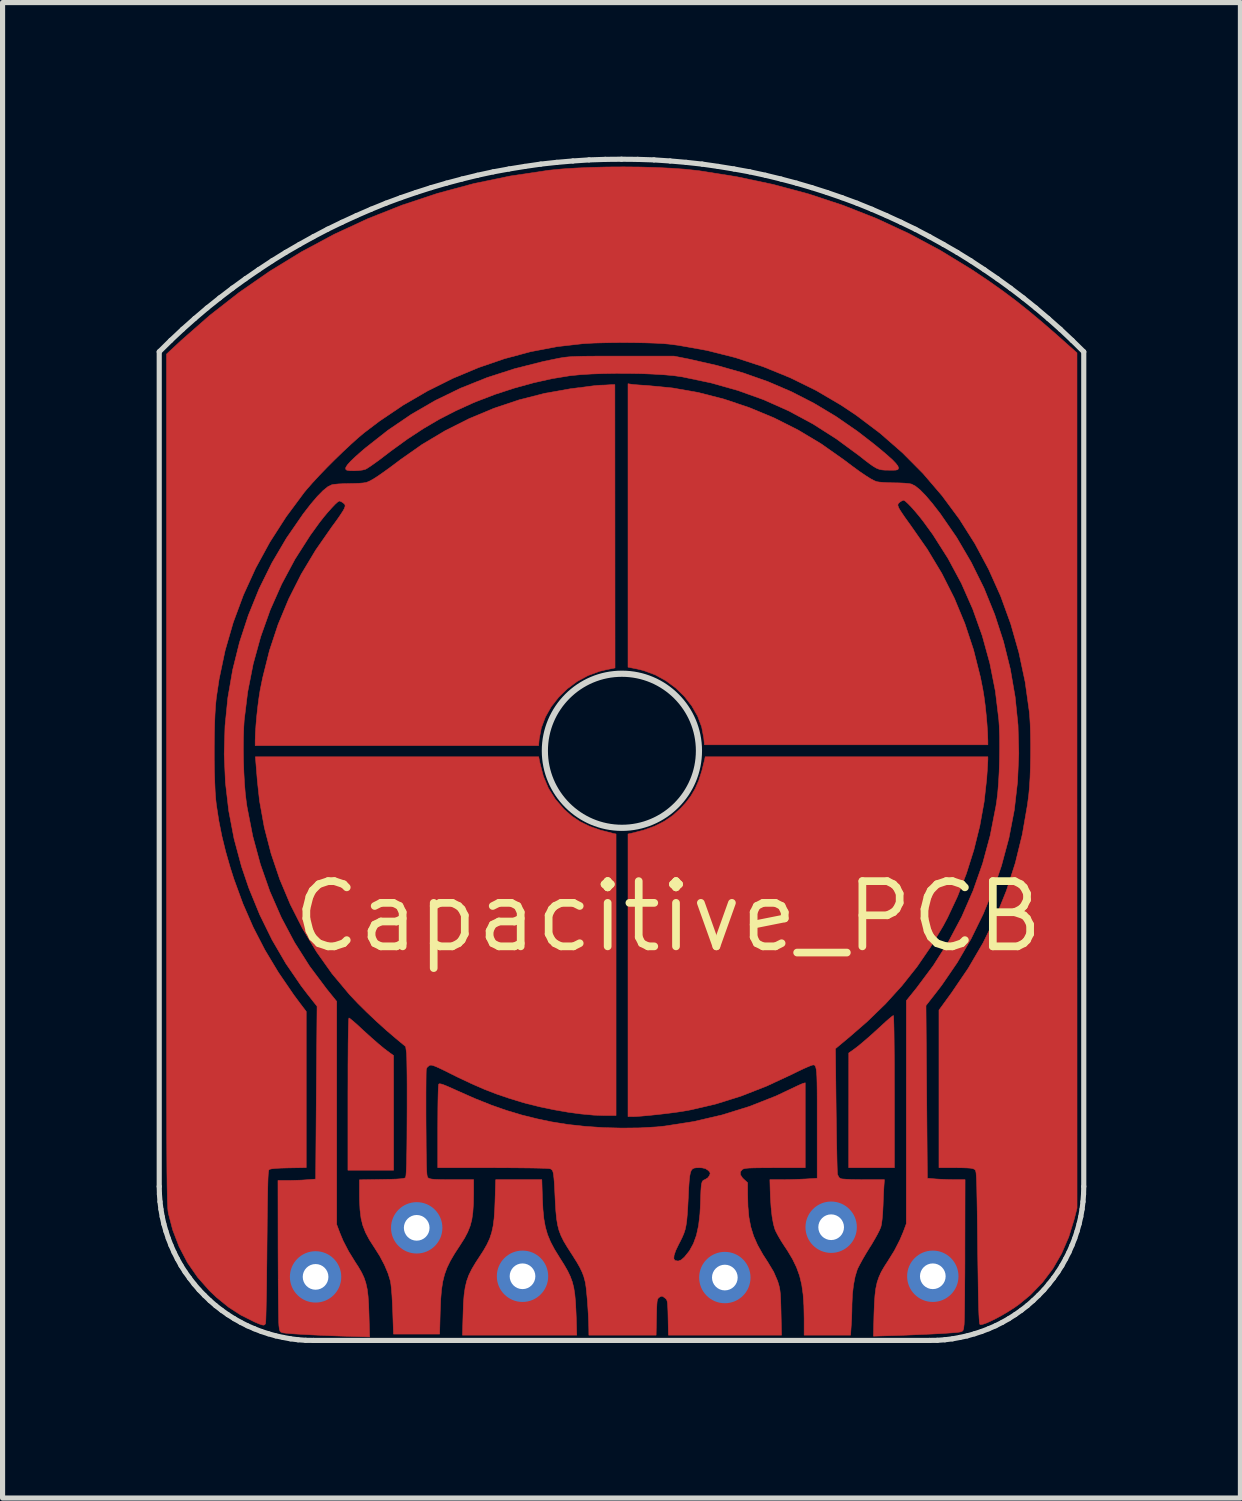
<source format=kicad_pcb>
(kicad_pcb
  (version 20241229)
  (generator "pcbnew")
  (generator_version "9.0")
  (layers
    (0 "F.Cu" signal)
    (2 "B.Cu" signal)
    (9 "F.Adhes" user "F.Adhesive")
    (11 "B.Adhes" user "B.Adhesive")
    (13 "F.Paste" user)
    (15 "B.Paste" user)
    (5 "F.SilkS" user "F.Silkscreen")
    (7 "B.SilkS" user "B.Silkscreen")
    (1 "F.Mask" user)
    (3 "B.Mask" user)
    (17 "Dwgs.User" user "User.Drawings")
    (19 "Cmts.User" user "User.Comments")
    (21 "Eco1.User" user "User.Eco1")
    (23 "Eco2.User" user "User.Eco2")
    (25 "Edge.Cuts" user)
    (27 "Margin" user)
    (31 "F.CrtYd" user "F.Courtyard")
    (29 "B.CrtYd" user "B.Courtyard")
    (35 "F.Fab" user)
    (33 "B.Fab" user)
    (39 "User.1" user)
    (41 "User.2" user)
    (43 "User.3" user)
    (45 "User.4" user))
  (footprint "Capacitive_PCB"
    (layer "F.Cu")
    (at 9.96 14.795)
    (property "Reference" "Capacitive_PCB" (at 0 0 0) (layer "F.SilkS") (effects (font (size 1.27 1.27) (thickness 0.15))))
    (attr through_hole)
    (fp_poly (pts (xy -6.22 1.995) (xy -6.223 2.057) (xy -6.226 2.157) (xy -6.229 2.295) (xy -6.232 2.467) (xy -6.233 2.674) (xy -6.235 2.912) (xy -6.235 3.181) (xy -6.236 3.456) (xy -6.236 4.938) (xy -5.347 4.938) (xy -5.348 2.705) (xy -5.437 2.641) (xy -5.53 2.571) (xy -5.647 2.474) (xy -5.785 2.353) (xy -5.94 2.213) (xy -6.003 2.154) (xy -6.078 2.085) (xy -6.143 2.029) (xy -6.191 1.99) (xy -6.215 1.974) (xy -6.216 1.974) (xy -6.22 1.995)) (stroke (width 0.01) (type solid)) (fill yes) (layer "F.Cu"))
    (fp_poly (pts (xy 4.387 1.947) (xy 4.39 2.009) (xy 4.393 2.109) (xy 4.396 2.246) (xy 4.398 2.419) (xy 4.4 2.626) (xy 4.402 2.864) (xy 4.402 3.133) (xy 4.403 3.408) (xy 4.403 4.889) (xy 3.514 4.889) (xy 3.515 2.656) (xy 3.604 2.593) (xy 3.697 2.523) (xy 3.814 2.425) (xy 3.952 2.305) (xy 4.107 2.164) (xy 4.17 2.106) (xy 4.245 2.037) (xy 4.31 1.981) (xy 4.358 1.942) (xy 4.382 1.926) (xy 4.383 1.926) (xy 4.387 1.947)) (stroke (width 0.01) (type solid)) (fill yes) (layer "F.Cu"))
    (fp_poly (pts (xy -2.45 5.487) (xy -2.439 5.703) (xy -2.421 5.886) (xy -2.392 6.045) (xy -2.35 6.191) (xy -2.292 6.331) (xy -2.215 6.477) (xy -2.117 6.636) (xy -2.115 6.64) (xy -2.029 6.776) (xy -1.961 6.894) (xy -1.908 7.004) (xy -1.868 7.112) (xy -1.839 7.226) (xy -1.819 7.355) (xy -1.805 7.506) (xy -1.796 7.686) (xy -1.791 7.805) (xy -1.781 8.149) (xy -4.006 8.149) (xy -3.994 7.731) (xy -3.987 7.53) (xy -3.974 7.362) (xy -3.953 7.219) (xy -3.923 7.094) (xy -3.89 7.004) (xy -3.26 7.004) (xy -3.242 7.13) (xy -3.191 7.232) (xy -3.109 7.307) (xy -2.999 7.352) (xy -2.882 7.365) (xy -2.821 7.364) (xy -2.776 7.353) (xy -2.734 7.328) (xy -2.681 7.281) (xy -2.66 7.261) (xy -2.603 7.206) (xy -2.571 7.165) (xy -2.555 7.125) (xy -2.551 7.071) (xy -2.551 7.023) (xy -2.567 6.892) (xy -2.613 6.789) (xy -2.691 6.713) (xy -2.739 6.687) (xy -2.861 6.651) (xy -2.976 6.656) (xy -3.083 6.703) (xy -3.14 6.748) (xy -3.216 6.841) (xy -3.254 6.94) (xy -3.26 7.004) (xy -3.89 7.004) (xy -3.881 6.978) (xy -3.823 6.861) (xy -3.749 6.737) (xy -3.683 6.636) (xy -3.596 6.502) (xy -3.528 6.382) (xy -3.475 6.268) (xy -3.437 6.151) (xy -3.409 6.023) (xy -3.39 5.876) (xy -3.378 5.702) (xy -3.372 5.54) (xy -3.359 5.122) (xy -2.461 5.122) (xy -2.45 5.487)) (stroke (width 0.01) (type solid)) (fill yes) (layer "F.Cu"))
    (fp_poly (pts (xy 0.413 -10.852) (xy 0.952 -10.729) (xy 1.459 -10.585) (xy 1.939 -10.416) (xy 2.396 -10.22) (xy 2.835 -9.995) (xy 3.262 -9.739) (xy 3.681 -9.45) (xy 3.98 -9.219) (xy 4.141 -9.088) (xy 4.268 -8.98) (xy 4.365 -8.893) (xy 4.431 -8.824) (xy 4.47 -8.773) (xy 4.483 -8.738) (xy 4.483 -8.733) (xy 4.477 -8.712) (xy 4.46 -8.699) (xy 4.425 -8.692) (xy 4.361 -8.69) (xy 4.294 -8.691) (xy 4.22 -8.692) (xy 4.159 -8.697) (xy 4.106 -8.709) (xy 4.052 -8.731) (xy 3.991 -8.767) (xy 3.917 -8.819) (xy 3.821 -8.892) (xy 3.724 -8.969) (xy 3.274 -9.3) (xy 2.816 -9.592) (xy 2.346 -9.845) (xy 1.86 -10.062) (xy 1.356 -10.243) (xy 0.83 -10.391) (xy 0.277 -10.507) (xy 0.265 -10.509) (xy 0.112 -10.531) (xy -0.075 -10.548) (xy -0.289 -10.561) (xy -0.522 -10.571) (xy -0.766 -10.575) (xy -1.014 -10.576) (xy -1.257 -10.572) (xy -1.489 -10.564) (xy -1.701 -10.551) (xy -1.886 -10.533) (xy -1.92 -10.529) (xy -2.262 -10.473) (xy -2.624 -10.392) (xy -2.997 -10.289) (xy -3.369 -10.168) (xy -3.729 -10.03) (xy -3.809 -9.997) (xy -4.142 -9.845) (xy -4.459 -9.682) (xy -4.767 -9.501) (xy -5.078 -9.297) (xy -5.398 -9.065) (xy -5.508 -8.981) (xy -5.611 -8.902) (xy -5.709 -8.831) (xy -5.794 -8.771) (xy -5.858 -8.729) (xy -5.893 -8.709) (xy -5.951 -8.694) (xy -6.032 -8.684) (xy -6.12 -8.68) (xy -6.2 -8.682) (xy -6.256 -8.691) (xy -6.26 -8.692) (xy -6.281 -8.712) (xy -6.277 -8.746) (xy -6.245 -8.796) (xy -6.185 -8.863) (xy -6.094 -8.95) (xy -5.971 -9.059) (xy -5.892 -9.126) (xy -5.456 -9.469) (xy -5.003 -9.777) (xy -4.533 -10.049) (xy -4.041 -10.288) (xy -3.528 -10.493) (xy -2.989 -10.667) (xy -2.423 -10.81) (xy -2.17 -10.862) (xy -2.109 -10.874) (xy -2.054 -10.883) (xy -1.998 -10.891) (xy -1.938 -10.897) (xy -1.868 -10.902) (xy -1.786 -10.905) (xy -1.685 -10.908) (xy -1.562 -10.91) (xy -1.412 -10.911) (xy -1.231 -10.911) (xy -1.014 -10.911) (xy -0.9 -10.911) (xy 0.116 -10.911) (xy 0.413 -10.852)) (stroke (width 0.01) (type solid)) (fill yes) (layer "F.Cu"))
    (fp_poly (pts (xy 6.223 -3.053) (xy 6.221 -3.012) (xy 6.217 -2.937) (xy 6.211 -2.839) (xy 6.203 -2.727) (xy 6.201 -2.69) (xy 6.15 -2.232) (xy 6.066 -1.765) (xy 5.95 -1.297) (xy 5.805 -0.837) (xy 5.633 -0.394) (xy 5.437 0.024) (xy 5.352 0.183) (xy 5.107 0.593) (xy 4.842 0.979) (xy 4.551 1.345) (xy 4.231 1.698) (xy 3.877 2.041) (xy 3.538 2.336) (xy 3.255 2.572) (xy 3.269 3.766) (xy 3.272 3.989) (xy 3.275 4.2) (xy 3.278 4.396) (xy 3.282 4.573) (xy 3.285 4.726) (xy 3.288 4.851) (xy 3.291 4.946) (xy 3.294 5.004) (xy 3.296 5.022) (xy 3.325 5.08) (xy 3.359 5.103) (xy 3.396 5.109) (xy 3.468 5.114) (xy 3.566 5.119) (xy 3.684 5.121) (xy 3.81 5.122) (xy 4.209 5.122) (xy 4.201 5.233) (xy 4.197 5.297) (xy 4.192 5.39) (xy 4.187 5.503) (xy 4.183 5.622) (xy 4.182 5.641) (xy 4.175 5.777) (xy 4.164 5.898) (xy 4.151 5.994) (xy 4.139 6.045) (xy 4.116 6.1) (xy 4.075 6.182) (xy 4.02 6.28) (xy 3.957 6.388) (xy 3.919 6.447) (xy 3.851 6.558) (xy 3.786 6.669) (xy 3.731 6.77) (xy 3.69 6.85) (xy 3.678 6.879) (xy 3.638 7.01) (xy 3.607 7.172) (xy 3.586 7.355) (xy 3.577 7.55) (xy 3.577 7.58) (xy 3.575 7.692) (xy 3.571 7.821) (xy 3.564 7.941) (xy 3.563 7.955) (xy 3.55 8.149) (xy 2.646 8.149) (xy 2.646 7.826) (xy 2.641 7.575) (xy 2.626 7.357) (xy 2.599 7.166) (xy 2.557 6.992) (xy 2.498 6.829) (xy 2.42 6.668) (xy 2.32 6.501) (xy 2.26 6.411) (xy 2.199 6.316) (xy 2.142 6.219) (xy 2.097 6.134) (xy 2.077 6.088) (xy 2.058 6.021) (xy 2.748 6.021) (xy 2.755 6.117) (xy 2.771 6.177) (xy 2.808 6.231) (xy 2.87 6.289) (xy 2.941 6.337) (xy 2.985 6.357) (xy 3.056 6.369) (xy 3.144 6.366) (xy 3.226 6.349) (xy 3.244 6.342) (xy 3.305 6.306) (xy 3.365 6.257) (xy 3.372 6.249) (xy 3.432 6.157) (xy 3.457 6.053) (xy 3.45 5.945) (xy 3.412 5.843) (xy 3.346 5.756) (xy 3.253 5.693) (xy 3.251 5.692) (xy 3.13 5.657) (xy 3.014 5.662) (xy 2.91 5.704) (xy 2.823 5.783) (xy 2.78 5.849) (xy 2.756 5.925) (xy 2.748 6.021) (xy 2.058 6.021) (xy 2.047 5.98) (xy 2.021 5.835) (xy 2.002 5.657) (xy 1.989 5.453) (xy 1.985 5.339) (xy 1.979 5.122) (xy 2.214 5.122) (xy 2.343 5.121) (xy 2.487 5.117) (xy 2.624 5.111) (xy 2.674 5.109) (xy 2.9 5.095) (xy 2.9 4.02) (xy 2.9 3.769) (xy 2.9 3.556) (xy 2.899 3.38) (xy 2.897 3.237) (xy 2.894 3.123) (xy 2.889 3.036) (xy 2.881 2.972) (xy 2.871 2.929) (xy 2.858 2.902) (xy 2.842 2.89) (xy 2.822 2.888) (xy 2.797 2.894) (xy 2.768 2.905) (xy 2.756 2.909) (xy 2.708 2.929) (xy 2.632 2.963) (xy 2.537 3.008) (xy 2.435 3.058) (xy 2.419 3.066) (xy 1.914 3.301) (xy 1.418 3.495) (xy 0.93 3.648) (xy 0.448 3.761) (xy 0.305 3.787) (xy 0.196 3.804) (xy 0.063 3.822) (xy -0.083 3.84) (xy -0.234 3.857) (xy -0.381 3.872) (xy -0.513 3.884) (xy -0.623 3.892) (xy -0.7 3.895) (xy -0.702 3.895) (xy -0.783 3.895) (xy -0.783 -1.608) (xy -0.725 -1.62) (xy -0.478 -1.683) (xy -0.266 -1.759) (xy -0.08 -1.853) (xy 0.088 -1.968) (xy 0.243 -2.109) (xy 0.344 -2.22) (xy 0.442 -2.349) (xy 0.525 -2.49) (xy 0.595 -2.651) (xy 0.655 -2.84) (xy 0.708 -3.053) (xy 0.72 -3.111) (xy 6.223 -3.111) (xy 6.223 -3.053)) (stroke (width 0.01) (type solid)) (fill yes) (layer "F.Cu"))
    (fp_poly (pts (xy -2.498 -2.99) (xy -2.431 -2.731) (xy -2.333 -2.499) (xy -2.201 -2.289) (xy -2.033 -2.094) (xy -2.023 -2.084) (xy -1.876 -1.955) (xy -1.715 -1.847) (xy -1.534 -1.758) (xy -1.325 -1.684) (xy -1.082 -1.622) (xy -1.074 -1.62) (xy -1.016 -1.608) (xy -1.016 3.873) (xy -1.237 3.873) (xy -1.449 3.866) (xy -1.69 3.844) (xy -1.95 3.809) (xy -2.22 3.762) (xy -2.49 3.706) (xy -2.75 3.642) (xy -2.836 3.618) (xy -3.095 3.539) (xy -3.339 3.456) (xy -3.58 3.363) (xy -3.827 3.255) (xy -4.092 3.13) (xy -4.221 3.066) (xy -4.353 3) (xy -4.453 2.952) (xy -4.526 2.919) (xy -4.578 2.9) (xy -4.614 2.892) (xy -4.639 2.894) (xy -4.649 2.897) (xy -4.692 2.933) (xy -4.71 2.968) (xy -4.712 2.998) (xy -4.714 3.067) (xy -4.715 3.169) (xy -4.716 3.3) (xy -4.717 3.456) (xy -4.717 3.633) (xy -4.717 3.827) (xy -4.716 4.032) (xy -4.716 4.039) (xy -4.714 4.274) (xy -4.713 4.47) (xy -4.711 4.631) (xy -4.709 4.76) (xy -4.707 4.862) (xy -4.704 4.939) (xy -4.7 4.995) (xy -4.696 5.035) (xy -4.69 5.061) (xy -4.683 5.078) (xy -4.674 5.088) (xy -4.668 5.092) (xy -4.644 5.103) (xy -4.603 5.111) (xy -4.538 5.117) (xy -4.445 5.12) (xy -4.319 5.122) (xy -4.208 5.122) (xy -3.789 5.122) (xy -3.789 5.392) (xy -3.793 5.592) (xy -3.804 5.758) (xy -3.824 5.9) (xy -3.857 6.025) (xy -3.904 6.143) (xy -3.967 6.263) (xy -4.049 6.392) (xy -4.052 6.397) (xy -4.158 6.559) (xy -4.242 6.702) (xy -4.307 6.836) (xy -4.355 6.968) (xy -4.39 7.108) (xy -4.414 7.263) (xy -4.429 7.443) (xy -4.438 7.655) (xy -4.439 7.678) (xy -4.451 8.128) (xy -5.349 8.128) (xy -5.364 7.678) (xy -5.371 7.521) (xy -5.379 7.376) (xy -5.389 7.25) (xy -5.4 7.151) (xy -5.41 7.093) (xy -5.455 6.946) (xy -5.525 6.781) (xy -5.616 6.609) (xy -5.722 6.441) (xy -5.725 6.437) (xy -5.82 6.289) (xy -5.893 6.152) (xy -5.945 6.016) (xy -5.954 5.981) (xy -5.26 5.981) (xy -5.255 6.087) (xy -5.219 6.184) (xy -5.154 6.267) (xy -5.065 6.328) (xy -4.954 6.362) (xy -4.863 6.365) (xy -4.784 6.356) (xy -4.729 6.337) (xy -4.68 6.3) (xy -4.676 6.296) (xy -4.603 6.211) (xy -4.563 6.122) (xy -4.551 6.012) (xy -4.551 6.005) (xy -4.569 5.885) (xy -4.622 5.784) (xy -4.704 5.709) (xy -4.81 5.665) (xy -4.853 5.657) (xy -4.978 5.661) (xy -5.086 5.704) (xy -5.163 5.769) (xy -5.23 5.873) (xy -5.26 5.981) (xy -5.954 5.981) (xy -5.981 5.872) (xy -6.001 5.709) (xy -6.01 5.519) (xy -6.011 5.418) (xy -6.011 5.125) (xy -5.578 5.118) (xy -5.418 5.115) (xy -5.297 5.111) (xy -5.21 5.105) (xy -5.153 5.097) (xy -5.123 5.088) (xy -5.118 5.084) (xy -5.112 5.07) (xy -5.106 5.038) (xy -5.102 4.986) (xy -5.098 4.91) (xy -5.094 4.809) (xy -5.092 4.678) (xy -5.089 4.516) (xy -5.087 4.319) (xy -5.086 4.085) (xy -5.085 3.92) (xy -5.084 3.7) (xy -5.084 3.49) (xy -5.084 3.293) (xy -5.085 3.114) (xy -5.087 2.958) (xy -5.089 2.829) (xy -5.091 2.732) (xy -5.094 2.671) (xy -5.095 2.657) (xy -5.112 2.531) (xy -5.313 2.364) (xy -5.491 2.212) (xy -5.678 2.043) (xy -5.864 1.867) (xy -6.038 1.695) (xy -6.189 1.536) (xy -6.214 1.508) (xy -6.546 1.111) (xy -6.848 0.685) (xy -7.119 0.234) (xy -7.358 -0.237) (xy -7.563 -0.725) (xy -7.732 -1.226) (xy -7.864 -1.736) (xy -7.957 -2.252) (xy -8 -2.646) (xy -8.009 -2.76) (xy -8.018 -2.868) (xy -8.025 -2.957) (xy -8.03 -3.017) (xy -8.03 -3.022) (xy -8.038 -3.111) (xy -2.522 -3.111) (xy -2.498 -2.99)) (stroke (width 0.01) (type solid)) (fill yes) (layer "F.Cu"))
    (fp_poly (pts (xy -1.11 -10.356) (xy -1.151 -10.353) (xy -1.234 -10.348) (xy -1.333 -10.345) (xy -1.445 -10.335) (xy -1.905 -10.276) (xy -2.406 -10.187) (xy -2.904 -10.06) (xy -3.396 -9.895) (xy -3.877 -9.694) (xy -4.344 -9.459) (xy -4.793 -9.191) (xy -5.219 -8.892) (xy -5.222 -8.889) (xy -5.397 -8.758) (xy -5.543 -8.652) (xy -5.661 -8.57) (xy -5.756 -8.51) (xy -5.83 -8.471) (xy -5.88 -8.452) (xy -5.932 -8.443) (xy -6.015 -8.436) (xy -6.116 -8.432) (xy -6.212 -8.43) (xy -6.32 -8.428) (xy -6.422 -8.423) (xy -6.504 -8.415) (xy -6.55 -8.407) (xy -6.626 -8.37) (xy -6.719 -8.295) (xy -6.83 -8.182) (xy -6.958 -8.032) (xy -7.104 -7.844) (xy -7.112 -7.833) (xy -7.434 -7.366) (xy -7.719 -6.881) (xy -7.966 -6.38) (xy -8.175 -5.865) (xy -8.347 -5.339) (xy -8.48 -4.804) (xy -8.574 -4.261) (xy -8.629 -3.713) (xy -8.645 -3.162) (xy -8.621 -2.611) (xy -8.557 -2.061) (xy -8.453 -1.515) (xy -8.308 -0.975) (xy -8.166 -0.556) (xy -7.953 -0.036) (xy -7.713 0.453) (xy -7.445 0.913) (xy -7.148 1.347) (xy -7.031 1.501) (xy -6.837 1.747) (xy -6.851 3.429) (xy -6.864 5.111) (xy -7.035 5.124) (xy -7.141 5.131) (xy -7.266 5.135) (xy -7.384 5.138) (xy -7.402 5.138) (xy -7.598 5.138) (xy -7.596 6.487) (xy -7.595 6.726) (xy -7.594 6.956) (xy -7.593 7.172) (xy -7.591 7.37) (xy -7.589 7.547) (xy -7.587 7.698) (xy -7.585 7.82) (xy -7.583 7.908) (xy -7.58 7.958) (xy -7.58 7.963) (xy -7.571 8.033) (xy -7.559 8.072) (xy -7.538 8.092) (xy -7.499 8.103) (xy -7.492 8.105) (xy -7.445 8.111) (xy -7.36 8.119) (xy -7.244 8.127) (xy -7.103 8.135) (xy -6.94 8.144) (xy -6.762 8.152) (xy -6.575 8.16) (xy -6.383 8.167) (xy -6.192 8.173) (xy -6.182 8.173) (xy -5.814 8.184) (xy -5.826 7.746) (xy -5.833 7.55) (xy -5.844 7.388) (xy -5.861 7.253) (xy -5.887 7.136) (xy -5.922 7.031) (xy -5.949 6.973) (xy -6.563 6.973) (xy -6.564 7.09) (xy -6.59 7.178) (xy -6.633 7.244) (xy -6.698 7.307) (xy -6.77 7.354) (xy -6.804 7.366) (xy -6.92 7.381) (xy -7.026 7.368) (xy -7.109 7.33) (xy -7.198 7.248) (xy -7.257 7.16) (xy -7.28 7.073) (xy -7.28 7.065) (xy -7.264 6.942) (xy -7.217 6.836) (xy -7.148 6.751) (xy -7.061 6.692) (xy -6.962 6.664) (xy -6.858 6.67) (xy -6.787 6.696) (xy -6.677 6.771) (xy -6.601 6.865) (xy -6.563 6.973) (xy -5.949 6.973) (xy -5.97 6.929) (xy -6.032 6.822) (xy -6.095 6.725) (xy -6.222 6.519) (xy -6.33 6.311) (xy -6.394 6.157) (xy -6.455 5.995) (xy -6.455 3.824) (xy -6.455 1.652) (xy -6.651 1.409) (xy -6.982 0.967) (xy -7.276 0.503) (xy -7.534 0.017) (xy -7.756 -0.49) (xy -7.941 -1.018) (xy -8.089 -1.565) (xy -8.2 -2.132) (xy -8.214 -2.228) (xy -8.234 -2.393) (xy -8.25 -2.589) (xy -8.262 -2.807) (xy -8.27 -3.036) (xy -8.273 -3.266) (xy -8.271 -3.486) (xy -8.264 -3.687) (xy -8.256 -3.819) (xy -8.188 -4.373) (xy -8.081 -4.918) (xy -7.934 -5.451) (xy -7.749 -5.971) (xy -7.526 -6.474) (xy -7.267 -6.958) (xy -6.972 -7.42) (xy -6.79 -7.672) (xy -6.71 -7.774) (xy -6.63 -7.87) (xy -6.554 -7.955) (xy -6.488 -8.025) (xy -6.436 -8.072) (xy -6.404 -8.091) (xy -6.402 -8.091) (xy -6.367 -8.079) (xy -6.326 -8.052) (xy -6.295 -8.022) (xy -6.29 -7.992) (xy -6.307 -7.943) (xy -6.329 -7.903) (xy -6.372 -7.836) (xy -6.43 -7.751) (xy -6.499 -7.655) (xy -6.541 -7.599) (xy -6.864 -7.135) (xy -7.146 -6.665) (xy -7.389 -6.184) (xy -7.595 -5.689) (xy -7.764 -5.178) (xy -7.897 -4.647) (xy -7.946 -4.404) (xy -7.968 -4.264) (xy -7.99 -4.097) (xy -8.01 -3.916) (xy -8.026 -3.736) (xy -8.037 -3.569) (xy -8.042 -3.428) (xy -8.042 -3.408) (xy -8.042 -3.329) (xy -2.524 -3.329) (xy -2.512 -3.461) (xy -2.47 -3.677) (xy -2.391 -3.887) (xy -2.278 -4.086) (xy -2.134 -4.271) (xy -1.964 -4.436) (xy -1.773 -4.578) (xy -1.563 -4.692) (xy -1.34 -4.775) (xy -1.227 -4.802) (xy -1.036 -4.841) (xy -1.039 -10.356) (xy -1.085 -10.356)) (stroke (width 0.01) (type solid)) (fill yes) (layer "F.Cu"))
    (fp_poly (pts (xy -0.714 -10.363) (xy -0.665 -10.357) (xy -0.585 -10.351) (xy -0.488 -10.344) (xy -0.413 -10.34) (xy 0.086 -10.291) (xy 0.586 -10.203) (xy 1.085 -10.075) (xy 1.576 -9.91) (xy 2.058 -9.71) (xy 2.525 -9.475) (xy 2.973 -9.207) (xy 3.399 -8.907) (xy 3.403 -8.905) (xy 3.578 -8.773) (xy 3.723 -8.667) (xy 3.842 -8.586) (xy 3.937 -8.526) (xy 4.01 -8.487) (xy 4.061 -8.467) (xy 4.113 -8.459) (xy 4.195 -8.452) (xy 4.296 -8.447) (xy 4.392 -8.445) (xy 4.501 -8.443) (xy 4.602 -8.438) (xy 4.684 -8.43) (xy 4.731 -8.422) (xy 4.806 -8.385) (xy 4.9 -8.31) (xy 5.011 -8.197) (xy 5.139 -8.047) (xy 5.284 -7.86) (xy 5.293 -7.849) (xy 5.615 -7.382) (xy 5.899 -6.897) (xy 6.147 -6.396) (xy 6.356 -5.881) (xy 6.527 -5.355) (xy 6.66 -4.819) (xy 6.754 -4.276) (xy 6.81 -3.728) (xy 6.825 -3.178) (xy 6.801 -2.626) (xy 6.738 -2.076) (xy 6.633 -1.53) (xy 6.488 -0.99) (xy 6.346 -0.572) (xy 6.133 -0.051) (xy 5.894 0.437) (xy 5.626 0.897) (xy 5.329 1.331) (xy 5.211 1.485) (xy 5.018 1.732) (xy 5.031 3.414) (xy 5.045 5.095) (xy 5.216 5.109) (xy 5.322 5.115) (xy 5.446 5.12) (xy 5.565 5.122) (xy 5.583 5.122) (xy 5.779 5.122) (xy 5.776 6.472) (xy 5.776 6.711) (xy 5.775 6.94) (xy 5.773 7.156) (xy 5.772 7.355) (xy 5.77 7.531) (xy 5.768 7.683) (xy 5.766 7.804) (xy 5.763 7.892) (xy 5.761 7.943) (xy 5.76 7.947) (xy 5.752 8.018) (xy 5.74 8.057) (xy 5.718 8.077) (xy 5.68 8.088) (xy 5.673 8.089) (xy 5.625 8.096) (xy 5.541 8.103) (xy 5.425 8.111) (xy 5.283 8.12) (xy 5.121 8.128) (xy 4.943 8.136) (xy 4.755 8.144) (xy 4.563 8.152) (xy 4.372 8.158) (xy 4.363 8.158) (xy 3.995 8.169) (xy 4.006 7.73) (xy 4.014 7.534) (xy 4.025 7.372) (xy 4.042 7.237) (xy 4.067 7.121) (xy 4.103 7.016) (xy 4.13 6.958) (xy 4.744 6.958) (xy 4.745 7.075) (xy 4.771 7.163) (xy 4.814 7.229) (xy 4.879 7.292) (xy 4.951 7.338) (xy 4.985 7.351) (xy 5.101 7.365) (xy 5.207 7.353) (xy 5.289 7.315) (xy 5.379 7.233) (xy 5.438 7.144) (xy 5.461 7.057) (xy 5.461 7.05) (xy 5.444 6.926) (xy 5.398 6.82) (xy 5.328 6.735) (xy 5.241 6.677) (xy 5.143 6.648) (xy 5.038 6.655) (xy 4.968 6.681) (xy 4.857 6.756) (xy 4.782 6.85) (xy 4.744 6.958) (xy 4.13 6.958) (xy 4.15 6.913) (xy 4.212 6.807) (xy 4.275 6.71) (xy 4.403 6.504) (xy 4.51 6.295) (xy 4.575 6.142) (xy 4.635 5.98) (xy 4.635 3.808) (xy 4.636 1.637) (xy 4.832 1.394) (xy 5.162 0.952) (xy 5.457 0.487) (xy 5.715 0.001) (xy 5.936 -0.506) (xy 6.121 -1.033) (xy 6.269 -1.581) (xy 6.38 -2.148) (xy 6.395 -2.244) (xy 6.415 -2.408) (xy 6.431 -2.605) (xy 6.443 -2.822) (xy 6.45 -3.051) (xy 6.453 -3.281) (xy 6.452 -3.502) (xy 6.445 -3.702) (xy 6.436 -3.835) (xy 6.369 -4.389) (xy 6.261 -4.934) (xy 6.114 -5.467) (xy 5.929 -5.986) (xy 5.707 -6.489) (xy 5.447 -6.973) (xy 5.153 -7.436) (xy 4.97 -7.688) (xy 4.891 -7.789) (xy 4.81 -7.886) (xy 4.735 -7.971) (xy 4.668 -8.04) (xy 4.617 -8.087) (xy 4.585 -8.107) (xy 4.583 -8.107) (xy 4.548 -8.094) (xy 4.507 -8.068) (xy 4.476 -8.037) (xy 4.47 -8.008) (xy 4.487 -7.959) (xy 4.51 -7.918) (xy 4.553 -7.852) (xy 4.611 -7.767) (xy 4.68 -7.671) (xy 4.721 -7.614) (xy 5.044 -7.151) (xy 5.327 -6.68) (xy 5.57 -6.199) (xy 5.775 -5.705) (xy 5.944 -5.194) (xy 6.078 -4.662) (xy 6.126 -4.42) (xy 6.149 -4.279) (xy 6.171 -4.112) (xy 6.19 -3.932) (xy 6.206 -3.752) (xy 6.217 -3.585) (xy 6.222 -3.444) (xy 6.223 -3.424) (xy 6.223 -3.344) (xy 0.705 -3.344) (xy 0.692 -3.477) (xy 0.651 -3.693) (xy 0.572 -3.903) (xy 0.458 -4.102) (xy 0.315 -4.286) (xy 0.145 -4.451) (xy -0.047 -4.593) (xy -0.256 -4.708) (xy -0.48 -4.79) (xy -0.593 -4.818) (xy -0.783 -4.856) (xy -0.783 -10.374) (xy -0.714 -10.363)) (stroke (width 0.01) (type solid)) (fill yes) (layer "F.Cu"))
    (fp_poly (pts (xy 2.667 4.889) (xy 2.079 4.889) (xy 1.901 4.89) (xy 1.761 4.891) (xy 1.653 4.893) (xy 1.573 4.896) (xy 1.517 4.901) (xy 1.478 4.908) (xy 1.454 4.917) (xy 1.444 4.922) (xy 1.404 4.97) (xy 1.405 5.026) (xy 1.447 5.09) (xy 1.471 5.113) (xy 1.545 5.181) (xy 1.546 5.4) (xy 1.552 5.643) (xy 1.571 5.853) (xy 1.607 6.042) (xy 1.662 6.219) (xy 1.739 6.394) (xy 1.841 6.576) (xy 1.939 6.728) (xy 2.053 6.918) (xy 2.128 7.092) (xy 2.131 7.1) (xy 2.15 7.162) (xy 2.165 7.218) (xy 2.175 7.278) (xy 2.183 7.348) (xy 2.188 7.436) (xy 2.192 7.551) (xy 2.196 7.7) (xy 2.196 7.71) (xy 2.206 8.149) (xy 0.004 8.149) (xy -0.003 7.809) (xy -0.006 7.681) (xy -0.01 7.589) (xy -0.014 7.526) (xy -0.022 7.484) (xy -0.032 7.458) (xy -0.047 7.439) (xy -0.061 7.428) (xy -0.105 7.396) (xy -0.136 7.391) (xy -0.173 7.412) (xy -0.181 7.417) (xy -0.196 7.432) (xy -0.208 7.454) (xy -0.216 7.49) (xy -0.221 7.547) (xy -0.225 7.632) (xy -0.228 7.749) (xy -0.229 7.798) (xy -0.236 8.149) (xy -1.545 8.149) (xy -1.546 8.038) (xy -1.549 7.913) (xy -1.555 7.771) (xy -1.564 7.622) (xy -1.574 7.474) (xy -1.587 7.338) (xy -1.599 7.221) (xy -1.612 7.133) (xy -1.618 7.105) (xy -1.637 7.034) (xy 0.741 7.034) (xy 0.761 7.139) (xy 0.815 7.23) (xy 0.899 7.302) (xy 1.005 7.349) (xy 1.127 7.366) (xy 1.128 7.366) (xy 1.185 7.363) (xy 1.229 7.351) (xy 1.273 7.322) (xy 1.331 7.27) (xy 1.34 7.261) (xy 1.397 7.206) (xy 1.43 7.165) (xy 1.445 7.125) (xy 1.449 7.073) (xy 1.449 7.034) (xy 1.433 6.902) (xy 1.388 6.796) (xy 1.316 6.72) (xy 1.302 6.71) (xy 1.186 6.66) (xy 1.07 6.65) (xy 0.96 6.68) (xy 0.875 6.737) (xy 0.793 6.832) (xy 0.75 6.941) (xy 0.741 7.034) (xy -1.637 7.034) (xy -1.642 7.013) (xy -1.675 6.926) (xy -1.719 6.834) (xy -1.779 6.728) (xy -1.822 6.66) (xy 0.108 6.66) (xy 0.129 6.694) (xy 0.132 6.696) (xy 0.193 6.707) (xy 0.252 6.685) (xy 0.315 6.63) (xy 0.413 6.508) (xy 0.49 6.368) (xy 0.549 6.205) (xy 0.591 6.013) (xy 0.617 5.79) (xy 0.627 5.599) (xy 0.632 5.449) (xy 0.636 5.337) (xy 0.642 5.255) (xy 0.65 5.199) (xy 0.661 5.163) (xy 0.676 5.141) (xy 0.696 5.128) (xy 0.717 5.12) (xy 0.771 5.086) (xy 0.803 5.042) (xy 0.817 5.001) (xy 0.806 4.97) (xy 0.773 4.938) (xy 0.723 4.906) (xy 0.659 4.892) (xy 0.605 4.889) (xy 0.551 4.89) (xy 0.508 4.896) (xy 0.475 4.91) (xy 0.45 4.939) (xy 0.432 4.985) (xy 0.418 5.055) (xy 0.408 5.152) (xy 0.399 5.281) (xy 0.391 5.447) (xy 0.389 5.489) (xy 0.38 5.666) (xy 0.37 5.809) (xy 0.36 5.923) (xy 0.346 6.016) (xy 0.329 6.095) (xy 0.305 6.168) (xy 0.274 6.241) (xy 0.235 6.321) (xy 0.205 6.378) (xy 0.146 6.501) (xy 0.114 6.595) (xy 0.108 6.66) (xy -1.822 6.66) (xy -1.859 6.6) (xy -1.881 6.567) (xy -1.967 6.433) (xy -2.035 6.319) (xy -2.087 6.214) (xy -2.126 6.112) (xy -2.154 6.003) (xy -2.174 5.88) (xy -2.188 5.734) (xy -2.199 5.556) (xy -2.202 5.493) (xy -2.21 5.325) (xy -2.217 5.194) (xy -2.225 5.096) (xy -2.233 5.025) (xy -2.242 4.976) (xy -2.254 4.945) (xy -2.269 4.926) (xy -2.288 4.914) (xy -2.299 4.91) (xy -2.332 4.905) (xy -2.403 4.901) (xy -2.51 4.898) (xy -2.65 4.895) (xy -2.818 4.893) (xy -3.012 4.891) (xy -3.228 4.89) (xy -3.42 4.889) (xy -4.487 4.889) (xy -4.487 4.09) (xy -4.486 3.91) (xy -4.485 3.742) (xy -4.483 3.592) (xy -4.48 3.464) (xy -4.477 3.363) (xy -4.473 3.295) (xy -4.469 3.263) (xy -4.468 3.262) (xy -4.454 3.255) (xy -4.424 3.259) (xy -4.373 3.275) (xy -4.297 3.306) (xy -4.191 3.353) (xy -4.103 3.393) (xy -3.766 3.542) (xy -3.452 3.668) (xy -3.15 3.774) (xy -2.85 3.864) (xy -2.542 3.94) (xy -2.265 3.998) (xy -1.952 4.048) (xy -1.612 4.085) (xy -1.258 4.109) (xy -0.902 4.118) (xy -0.554 4.114) (xy -0.228 4.095) (xy -0.064 4.078) (xy 0.5 3.99) (xy 1.049 3.862) (xy 1.583 3.696) (xy 2.1 3.492) (xy 2.426 3.338) (xy 2.503 3.301) (xy 2.571 3.27) (xy 2.616 3.251) (xy 2.619 3.25) (xy 2.667 3.236) (xy 2.667 4.889)) (stroke (width 0.01) (type solid)) (fill yes) (layer "F.Cu"))
    (fp_poly (pts (xy -0.549 -14.593) (xy -0.24 -14.584) (xy 0.054 -14.57) (xy 0.322 -14.551) (xy 0.557 -14.526) (xy 0.593 -14.522) (xy 1.33 -14.405) (xy 2.043 -14.254) (xy 2.733 -14.069) (xy 3.402 -13.848) (xy 4.052 -13.592) (xy 4.683 -13.299) (xy 5.299 -12.969) (xy 5.9 -12.602) (xy 5.959 -12.563) (xy 6.242 -12.373) (xy 6.508 -12.185) (xy 6.766 -11.992) (xy 7.023 -11.787) (xy 7.289 -11.565) (xy 7.572 -11.319) (xy 7.639 -11.259) (xy 7.958 -10.975) (xy 7.958 -2.65) (xy 7.959 5.676) (xy 7.906 5.885) (xy 7.798 6.237) (xy 7.659 6.559) (xy 7.489 6.854) (xy 7.287 7.122) (xy 7.053 7.365) (xy 6.835 7.545) (xy 6.737 7.615) (xy 6.627 7.685) (xy 6.512 7.754) (xy 6.399 7.816) (xy 6.293 7.869) (xy 6.201 7.911) (xy 6.128 7.937) (xy 6.081 7.945) (xy 6.069 7.941) (xy 6.063 7.924) (xy 6.058 7.886) (xy 6.053 7.825) (xy 6.048 7.736) (xy 6.044 7.619) (xy 6.04 7.47) (xy 6.036 7.287) (xy 6.033 7.067) (xy 6.029 6.808) (xy 6.028 6.746) (xy 6.024 6.429) (xy 6.021 6.152) (xy 6.018 5.912) (xy 6.015 5.706) (xy 6.012 5.531) (xy 6.009 5.386) (xy 6.007 5.266) (xy 6.004 5.17) (xy 6.001 5.095) (xy 5.997 5.038) (xy 5.994 4.996) (xy 5.989 4.967) (xy 5.984 4.948) (xy 5.978 4.936) (xy 5.972 4.928) (xy 5.964 4.923) (xy 5.96 4.92) (xy 5.931 4.907) (xy 5.882 4.898) (xy 5.807 4.893) (xy 5.699 4.89) (xy 5.595 4.889) (xy 5.271 4.889) (xy 5.271 1.821) (xy 5.514 1.487) (xy 5.841 1.006) (xy 6.128 0.515) (xy 6.376 0.011) (xy 6.585 -0.507) (xy 6.757 -1.042) (xy 6.893 -1.596) (xy 6.993 -2.172) (xy 7.019 -2.371) (xy 7.033 -2.521) (xy 7.044 -2.703) (xy 7.051 -2.907) (xy 7.055 -3.123) (xy 7.056 -3.341) (xy 7.053 -3.552) (xy 7.047 -3.745) (xy 7.037 -3.911) (xy 7.031 -3.979) (xy 6.949 -4.568) (xy 6.827 -5.141) (xy 6.668 -5.699) (xy 6.472 -6.239) (xy 6.239 -6.759) (xy 5.971 -7.26) (xy 5.668 -7.739) (xy 5.331 -8.194) (xy 4.961 -8.626) (xy 4.559 -9.031) (xy 4.125 -9.41) (xy 3.661 -9.76) (xy 3.361 -9.96) (xy 2.879 -10.243) (xy 2.373 -10.492) (xy 1.848 -10.706) (xy 1.307 -10.883) (xy 0.756 -11.022) (xy 0.198 -11.122) (xy 0.021 -11.145) (xy -0.1 -11.156) (xy -0.255 -11.164) (xy -0.436 -11.17) (xy -0.635 -11.174) (xy -0.844 -11.176) (xy -1.055 -11.175) (xy -1.259 -11.171) (xy -1.449 -11.166) (xy -1.615 -11.157) (xy -1.66 -11.154) (xy -2.168 -11.096) (xy -2.679 -10.998) (xy -3.19 -10.861) (xy -3.697 -10.687) (xy -4.198 -10.477) (xy -4.687 -10.233) (xy -5.161 -9.957) (xy -5.618 -9.649) (xy -5.916 -9.423) (xy -6.038 -9.321) (xy -6.179 -9.194) (xy -6.332 -9.051) (xy -6.491 -8.897) (xy -6.649 -8.739) (xy -6.798 -8.584) (xy -6.931 -8.44) (xy -7.043 -8.312) (xy -7.086 -8.26) (xy -7.44 -7.783) (xy -7.756 -7.291) (xy -8.033 -6.783) (xy -8.271 -6.261) (xy -8.469 -5.727) (xy -8.627 -5.181) (xy -8.744 -4.624) (xy -8.799 -4.255) (xy -8.813 -4.112) (xy -8.824 -3.937) (xy -8.832 -3.737) (xy -8.837 -3.519) (xy -8.839 -3.291) (xy -8.839 -3.062) (xy -8.836 -2.838) (xy -8.829 -2.628) (xy -8.821 -2.438) (xy -8.809 -2.277) (xy -8.798 -2.18) (xy -8.75 -1.866) (xy -8.69 -1.565) (xy -8.616 -1.263) (xy -8.525 -0.946) (xy -8.456 -0.73) (xy -8.281 -0.251) (xy -8.081 0.207) (xy -7.852 0.651) (xy -7.59 1.087) (xy -7.292 1.523) (xy -7.183 1.67) (xy -7.048 1.848) (xy -7.048 4.887) (xy -7.397 4.893) (xy -7.542 4.897) (xy -7.649 4.903) (xy -7.721 4.911) (xy -7.762 4.921) (xy -7.772 4.928) (xy -7.778 4.941) (xy -7.783 4.972) (xy -7.788 5.022) (xy -7.792 5.094) (xy -7.795 5.191) (xy -7.798 5.315) (xy -7.801 5.468) (xy -7.804 5.654) (xy -7.807 5.875) (xy -7.809 6.132) (xy -7.812 6.42) (xy -7.814 6.666) (xy -7.817 6.9) (xy -7.819 7.119) (xy -7.822 7.318) (xy -7.826 7.495) (xy -7.829 7.647) (xy -7.832 7.768) (xy -7.835 7.857) (xy -7.839 7.909) (xy -7.84 7.922) (xy -7.854 7.945) (xy -7.875 7.954) (xy -7.91 7.95) (xy -7.966 7.93) (xy -8.052 7.893) (xy -8.065 7.887) (xy -8.324 7.757) (xy -8.562 7.603) (xy -8.789 7.419) (xy -8.933 7.283) (xy -9.163 7.022) (xy -9.361 6.736) (xy -9.523 6.427) (xy -9.648 6.1) (xy -9.731 5.782) (xy -9.734 5.765) (xy -9.737 5.745) (xy -9.74 5.721) (xy -9.743 5.692) (xy -9.745 5.655) (xy -9.747 5.611) (xy -9.75 5.558) (xy -9.752 5.495) (xy -9.753 5.419) (xy -9.755 5.331) (xy -9.757 5.229) (xy -9.758 5.111) (xy -9.76 4.976) (xy -9.761 4.824) (xy -9.762 4.652) (xy -9.763 4.46) (xy -9.764 4.246) (xy -9.764 4.009) (xy -9.765 3.748) (xy -9.766 3.461) (xy -9.766 3.147) (xy -9.767 2.805) (xy -9.767 2.435) (xy -9.767 2.033) (xy -9.768 1.6) (xy -9.768 1.133) (xy -9.768 0.632) (xy -9.768 0.096) (xy -9.768 -0.477) (xy -9.768 -1.089) (xy -9.768 -1.739) (xy -9.768 -2.431) (xy -9.768 -10.951) (xy -9.482 -11.217) (xy -8.931 -11.701) (xy -8.356 -12.15) (xy -7.759 -12.564) (xy -7.141 -12.942) (xy -6.503 -13.284) (xy -5.847 -13.588) (xy -5.175 -13.854) (xy -4.487 -14.082) (xy -3.785 -14.271) (xy -3.071 -14.419) (xy -2.346 -14.527) (xy -2.318 -14.531) (xy -2.074 -14.555) (xy -1.799 -14.573) (xy -1.501 -14.586) (xy -1.188 -14.594) (xy -0.868 -14.596) (xy -0.549 -14.593)) (stroke (width 0.01) (type solid)) (fill yes) (layer "F.Cu"))
    (fp_poly (pts (xy -6.426 5.169) (xy -6.426 5.489) (xy -6.406 5.949) (xy -6.355 6.223) (xy -6.261 6.449) (xy -6.076 6.751) (xy -5.916 7.031) (xy -5.855 7.191) (xy -5.796 7.483) (xy -5.768 8.23) (xy -6.802 8.227) (xy -7.427 8.171) (xy -7.541 8.133) (xy -7.595 5.169)) (stroke (width 0.1) (type solid)) (fill yes) (layer "F.Mask"))
    (fp_poly (pts (xy 4.636 5.034) (xy 4.636 5.354) (xy 4.615 5.814) (xy 4.564 6.088) (xy 4.47 6.314) (xy 4.285 6.617) (xy 4.125 6.896) (xy 4.064 7.056) (xy 4.006 7.348) (xy 3.978 8.095) (xy 5.011 8.092) (xy 5.697 8.09) (xy 5.751 7.998) (xy 5.804 5.034)) (stroke (width 0.1) (type solid)) (fill yes) (layer "F.Mask"))
    (fp_poly (pts (xy -5.338 7.744) (xy -5.349 7.529) (xy -5.367 7.346) (xy -5.396 7.187) (xy -5.438 7.041) (xy -5.496 6.9) (xy -5.573 6.755) (xy -5.671 6.595) (xy -5.673 6.592) (xy -5.759 6.456) (xy -5.827 6.337) (xy -5.88 6.228) (xy -5.92 6.12) (xy -5.949 6.006) (xy -5.969 5.877) (xy -5.983 5.726) (xy -5.992 5.545) (xy -5.997 5.426) (xy -6.007 5.083) (xy -3.782 5.083) (xy -3.794 5.501) (xy -3.801 5.702) (xy -3.814 5.87) (xy -3.835 6.012) (xy -3.865 6.138) (xy -3.898 6.228) (xy -4.528 6.228) (xy -4.546 6.101) (xy -4.597 6) (xy -4.679 5.925) (xy -4.789 5.88) (xy -4.906 5.867) (xy -4.967 5.868) (xy -5.012 5.878) (xy -5.054 5.904) (xy -5.107 5.951) (xy -5.128 5.97) (xy -5.185 6.026) (xy -5.217 6.066) (xy -5.233 6.107) (xy -5.237 6.161) (xy -5.237 6.208) (xy -5.221 6.34) (xy -5.175 6.443) (xy -5.097 6.519) (xy -5.049 6.545) (xy -4.927 6.581) (xy -4.812 6.576) (xy -4.705 6.529) (xy -4.648 6.483) (xy -4.572 6.391) (xy -4.534 6.292) (xy -4.528 6.228) (xy -3.898 6.228) (xy -3.907 6.254) (xy -3.965 6.371) (xy -4.039 6.495) (xy -4.105 6.596) (xy -4.192 6.73) (xy -4.26 6.849) (xy -4.313 6.964) (xy -4.351 7.08) (xy -4.379 7.208) (xy -4.398 7.355) (xy -4.41 7.53) (xy -4.416 7.691) (xy -4.429 8.109) (xy -5.326 8.109) (xy -5.338 7.744)) (stroke (width 0.01) (type solid)) (fill yes) (layer "F.Mask"))
    (fp_poly (pts (xy -2.47 5.476) (xy -2.459 5.692) (xy -2.441 5.875) (xy -2.412 6.034) (xy -2.37 6.18) (xy -2.312 6.32) (xy -2.235 6.466) (xy -2.137 6.625) (xy -2.135 6.629) (xy -2.049 6.765) (xy -1.981 6.883) (xy -1.928 6.993) (xy -1.888 7.101) (xy -1.859 7.215) (xy -1.839 7.344) (xy -1.825 7.495) (xy -1.816 7.675) (xy -1.811 7.794) (xy -1.801 8.138) (xy -4.026 8.138) (xy -4.014 7.72) (xy -4.007 7.519) (xy -3.994 7.351) (xy -3.973 7.208) (xy -3.943 7.083) (xy -3.91 6.993) (xy -3.28 6.993) (xy -3.262 7.119) (xy -3.211 7.221) (xy -3.129 7.296) (xy -3.019 7.341) (xy -2.902 7.354) (xy -2.841 7.353) (xy -2.796 7.342) (xy -2.754 7.317) (xy -2.701 7.27) (xy -2.68 7.25) (xy -2.623 7.195) (xy -2.591 7.154) (xy -2.575 7.114) (xy -2.571 7.06) (xy -2.571 7.012) (xy -2.587 6.881) (xy -2.633 6.778) (xy -2.711 6.702) (xy -2.759 6.676) (xy -2.881 6.64) (xy -2.996 6.645) (xy -3.103 6.692) (xy -3.16 6.737) (xy -3.236 6.83) (xy -3.274 6.929) (xy -3.28 6.993) (xy -3.91 6.993) (xy -3.901 6.967) (xy -3.843 6.85) (xy -3.769 6.726) (xy -3.703 6.625) (xy -3.616 6.491) (xy -3.548 6.371) (xy -3.495 6.257) (xy -3.457 6.14) (xy -3.429 6.012) (xy -3.41 5.865) (xy -3.398 5.691) (xy -3.392 5.529) (xy -3.379 5.111) (xy -2.481 5.111) (xy -2.47 5.476)) (stroke (width 0.01) (type solid)) (fill yes) (layer "F.Mask"))
    (fp_poly (pts (xy 1.567 5.654) (xy 1.577 5.87) (xy 1.596 6.052) (xy 1.624 6.212) (xy 1.667 6.357) (xy 1.725 6.498) (xy 1.801 6.644) (xy 1.9 6.803) (xy 1.902 6.807) (xy 1.988 6.943) (xy 2.056 7.061) (xy 2.109 7.171) (xy 2.149 7.279) (xy 2.178 7.393) (xy 2.198 7.522) (xy 2.212 7.672) (xy 2.221 7.853) (xy 2.225 7.972) (xy 2.236 8.316) (xy 0.011 8.316) (xy 0.022 7.898) (xy 0.03 7.696) (xy 0.043 7.529) (xy 0.064 7.386) (xy 0.094 7.261) (xy 0.127 7.171) (xy 0.757 7.171) (xy 0.775 7.297) (xy 0.826 7.399) (xy 0.907 7.474) (xy 1.018 7.519) (xy 1.134 7.532) (xy 1.196 7.53) (xy 1.24 7.52) (xy 1.283 7.495) (xy 1.336 7.448) (xy 1.357 7.428) (xy 1.413 7.373) (xy 1.446 7.332) (xy 1.461 7.292) (xy 1.466 7.238) (xy 1.466 7.19) (xy 1.45 7.058) (xy 1.404 6.955) (xy 1.326 6.88) (xy 1.278 6.853) (xy 1.156 6.817) (xy 1.04 6.823) (xy 0.934 6.87) (xy 0.877 6.915) (xy 0.801 7.008) (xy 0.763 7.107) (xy 0.757 7.171) (xy 0.127 7.171) (xy 0.136 7.144) (xy 0.193 7.028) (xy 0.268 6.903) (xy 0.334 6.803) (xy 0.421 6.669) (xy 0.489 6.549) (xy 0.541 6.435) (xy 0.58 6.318) (xy 0.608 6.19) (xy 0.626 6.043) (xy 0.638 5.869) (xy 0.645 5.707) (xy 0.647 5.088) (xy 1.544 5.088) (xy 1.567 5.654)) (stroke (width 0.01) (type solid)) (fill yes) (layer "F.Mask"))
    (fp_poly (pts (xy 2.658 7.718) (xy 2.648 7.503) (xy 2.629 7.32) (xy 2.6 7.16) (xy 2.558 7.015) (xy 2.5 6.874) (xy 2.424 6.729) (xy 2.325 6.569) (xy 2.323 6.566) (xy 2.237 6.43) (xy 2.169 6.311) (xy 2.116 6.202) (xy 2.076 6.094) (xy 2.047 5.979) (xy 2.027 5.851) (xy 2.013 5.7) (xy 2.004 5.519) (xy 2 5.4) (xy 1.989 5.056) (xy 4.214 5.056) (xy 4.203 5.474) (xy 4.195 5.676) (xy 4.182 5.844) (xy 4.161 5.986) (xy 4.131 6.111) (xy 4.098 6.202) (xy 3.468 6.202) (xy 3.45 6.075) (xy 3.399 5.973) (xy 3.318 5.899) (xy 3.207 5.854) (xy 3.091 5.84) (xy 3.029 5.842) (xy 2.985 5.852) (xy 2.942 5.877) (xy 2.889 5.924) (xy 2.868 5.944) (xy 2.812 6) (xy 2.779 6.04) (xy 2.764 6.081) (xy 2.759 6.135) (xy 2.759 6.182) (xy 2.775 6.314) (xy 2.821 6.417) (xy 2.899 6.493) (xy 2.947 6.519) (xy 3.069 6.555) (xy 3.185 6.549) (xy 3.291 6.503) (xy 3.348 6.457) (xy 3.424 6.365) (xy 3.462 6.265) (xy 3.468 6.202) (xy 4.098 6.202) (xy 4.089 6.228) (xy 4.032 6.344) (xy 3.957 6.469) (xy 3.891 6.57) (xy 3.804 6.704) (xy 3.736 6.823) (xy 3.683 6.938) (xy 3.645 7.054) (xy 3.617 7.182) (xy 3.599 7.329) (xy 3.587 7.504) (xy 3.58 7.665) (xy 3.578 8.285) (xy 2.681 8.285) (xy 2.658 7.718)) (stroke (width 0.01) (type solid)) (fill yes) (layer "F.Mask"))
    (fp_line (start -9.91 -10.996) (end -9.91 5.255) (stroke (width 0.1) (type solid)) (layer "Edge.Cuts"))
    (fp_line (start -9.91 5.255) (end -9.906 5.403) (stroke (width 0.1) (type solid)) (layer "Edge.Cuts"))
    (fp_line (start -9.906 5.403) (end -9.895 5.551) (stroke (width 0.1) (type solid)) (layer "Edge.Cuts"))
    (fp_line (start -9.895 5.551) (end -9.877 5.697) (stroke (width 0.1) (type solid)) (layer "Edge.Cuts"))
    (fp_line (start -9.877 5.697) (end -9.852 5.842) (stroke (width 0.1) (type solid)) (layer "Edge.Cuts"))
    (fp_line (start -9.852 5.842) (end -9.82 5.985) (stroke (width 0.1) (type solid)) (layer "Edge.Cuts"))
    (fp_line (start -9.82 5.985) (end -9.78 6.125) (stroke (width 0.1) (type solid)) (layer "Edge.Cuts"))
    (fp_line (start -9.78 6.125) (end -9.734 6.265) (stroke (width 0.1) (type solid)) (layer "Edge.Cuts"))
    (fp_line (start -9.734 6.265) (end -9.682 6.4) (stroke (width 0.1) (type solid)) (layer "Edge.Cuts"))
    (fp_line (start -9.685 -11.218) (end -9.91 -10.996) (stroke (width 0.1) (type solid)) (layer "Edge.Cuts"))
    (fp_line (start -9.682 6.4) (end -9.622 6.535) (stroke (width 0.1) (type solid)) (layer "Edge.Cuts"))
    (fp_line (start -9.622 6.535) (end -9.557 6.665) (stroke (width 0.1) (type solid)) (layer "Edge.Cuts"))
    (fp_line (start -9.557 6.665) (end -9.485 6.795) (stroke (width 0.1) (type solid)) (layer "Edge.Cuts"))
    (fp_line (start -9.485 6.795) (end -9.406 6.919) (stroke (width 0.1) (type solid)) (layer "Edge.Cuts"))
    (fp_line (start -9.454 -11.435) (end -9.685 -11.218) (stroke (width 0.1) (type solid)) (layer "Edge.Cuts"))
    (fp_line (start -9.406 6.919) (end -9.321 7.038) (stroke (width 0.1) (type solid)) (layer "Edge.Cuts"))
    (fp_line (start -9.321 7.038) (end -9.231 7.154) (stroke (width 0.1) (type solid)) (layer "Edge.Cuts"))
    (fp_line (start -9.231 7.154) (end -9.134 7.268) (stroke (width 0.1) (type solid)) (layer "Edge.Cuts"))
    (fp_line (start -9.219 -11.644) (end -9.454 -11.435) (stroke (width 0.1) (type solid)) (layer "Edge.Cuts"))
    (fp_line (start -9.134 7.268) (end -9.031 7.374) (stroke (width 0.1) (type solid)) (layer "Edge.Cuts"))
    (fp_line (start -9.031 7.374) (end -8.924 7.477) (stroke (width 0.1) (type solid)) (layer "Edge.Cuts"))
    (fp_line (start -8.979 -11.848) (end -9.219 -11.644) (stroke (width 0.1) (type solid)) (layer "Edge.Cuts"))
    (fp_line (start -8.924 7.477) (end -8.811 7.575) (stroke (width 0.1) (type solid)) (layer "Edge.Cuts"))
    (fp_line (start -8.811 7.575) (end -8.695 7.665) (stroke (width 0.1) (type solid)) (layer "Edge.Cuts"))
    (fp_line (start -8.734 -12.044) (end -8.979 -11.848) (stroke (width 0.1) (type solid)) (layer "Edge.Cuts"))
    (fp_line (start -8.695 7.665) (end -8.575 7.75) (stroke (width 0.1) (type solid)) (layer "Edge.Cuts"))
    (fp_line (start -8.575 7.75) (end -8.45 7.829) (stroke (width 0.1) (type solid)) (layer "Edge.Cuts"))
    (fp_line (start -8.485 -12.234) (end -8.734 -12.044) (stroke (width 0.1) (type solid)) (layer "Edge.Cuts"))
    (fp_line (start -8.45 7.829) (end -8.323 7.901) (stroke (width 0.1) (type solid)) (layer "Edge.Cuts"))
    (fp_line (start -8.323 7.901) (end -8.192 7.967) (stroke (width 0.1) (type solid)) (layer "Edge.Cuts"))
    (fp_line (start -8.232 -12.417) (end -8.485 -12.234) (stroke (width 0.1) (type solid)) (layer "Edge.Cuts"))
    (fp_line (start -8.192 7.967) (end -8.058 8.025) (stroke (width 0.1) (type solid)) (layer "Edge.Cuts"))
    (fp_line (start -8.058 8.025) (end -7.922 8.078) (stroke (width 0.1) (type solid)) (layer "Edge.Cuts"))
    (fp_line (start -7.975 -12.594) (end -8.232 -12.417) (stroke (width 0.1) (type solid)) (layer "Edge.Cuts"))
    (fp_line (start -7.922 8.078) (end -7.783 8.123) (stroke (width 0.1) (type solid)) (layer "Edge.Cuts"))
    (fp_line (start -7.783 8.123) (end -7.641 8.163) (stroke (width 0.1) (type solid)) (layer "Edge.Cuts"))
    (fp_line (start -7.714 -12.766) (end -7.975 -12.594) (stroke (width 0.1) (type solid)) (layer "Edge.Cuts"))
    (fp_line (start -7.641 8.163) (end -7.498 8.194) (stroke (width 0.1) (type solid)) (layer "Edge.Cuts"))
    (fp_line (start -7.498 8.194) (end -7.353 8.221) (stroke (width 0.1) (type solid)) (layer "Edge.Cuts"))
    (fp_line (start -7.449 -12.93) (end -7.714 -12.766) (stroke (width 0.1) (type solid)) (layer "Edge.Cuts"))
    (fp_line (start -7.353 8.221) (end -7.207 8.239) (stroke (width 0.1) (type solid)) (layer "Edge.Cuts"))
    (fp_line (start -7.207 8.239) (end -7.059 8.25) (stroke (width 0.1) (type solid)) (layer "Edge.Cuts"))
    (fp_line (start -7.18 -13.086) (end -7.449 -12.93) (stroke (width 0.1) (type solid)) (layer "Edge.Cuts"))
    (fp_line (start -7.059 8.25) (end -6.91 8.252) (stroke (width 0.1) (type solid)) (layer "Edge.Cuts"))
    (fp_line (start -6.91 8.252) (end 5.09 8.252) (stroke (width 0.1) (type solid)) (layer "Edge.Cuts"))
    (fp_line (start -6.908 -13.237) (end -7.18 -13.086) (stroke (width 0.1) (type solid)) (layer "Edge.Cuts"))
    (fp_line (start -6.632 -13.382) (end -6.908 -13.237) (stroke (width 0.1) (type solid)) (layer "Edge.Cuts"))
    (fp_line (start -6.353 -13.517) (end -6.632 -13.382) (stroke (width 0.1) (type solid)) (layer "Edge.Cuts"))
    (fp_line (start -6.071 -13.647) (end -6.353 -13.517) (stroke (width 0.1) (type solid)) (layer "Edge.Cuts"))
    (fp_line (start -5.785 -13.771) (end -6.071 -13.647) (stroke (width 0.1) (type solid)) (layer "Edge.Cuts"))
    (fp_line (start -5.497 -13.888) (end -5.785 -13.771) (stroke (width 0.1) (type solid)) (layer "Edge.Cuts"))
    (fp_line (start -5.206 -13.996) (end -5.497 -13.888) (stroke (width 0.1) (type solid)) (layer "Edge.Cuts"))
    (fp_line (start -4.912 -14.097) (end -5.206 -13.996) (stroke (width 0.1) (type solid)) (layer "Edge.Cuts"))
    (fp_line (start -4.616 -14.192) (end -4.912 -14.097) (stroke (width 0.1) (type solid)) (layer "Edge.Cuts"))
    (fp_line (start -4.317 -14.279) (end -4.616 -14.192) (stroke (width 0.1) (type solid)) (layer "Edge.Cuts"))
    (fp_line (start -4.016 -14.359) (end -4.317 -14.279) (stroke (width 0.1) (type solid)) (layer "Edge.Cuts"))
    (fp_line (start -3.713 -14.433) (end -4.016 -14.359) (stroke (width 0.1) (type solid)) (layer "Edge.Cuts"))
    (fp_line (start -3.408 -14.499) (end -3.713 -14.433) (stroke (width 0.1) (type solid)) (layer "Edge.Cuts"))
    (fp_line (start -3.101 -14.555) (end -3.408 -14.499) (stroke (width 0.1) (type solid)) (layer "Edge.Cuts"))
    (fp_line (start -2.792 -14.605) (end -3.101 -14.555) (stroke (width 0.1) (type solid)) (layer "Edge.Cuts"))
    (fp_line (start -2.482 -14.65) (end -2.792 -14.605) (stroke (width 0.1) (type solid)) (layer "Edge.Cuts"))
    (fp_line (start -2.17 -14.684) (end -2.482 -14.65) (stroke (width 0.1) (type solid)) (layer "Edge.Cuts"))
    (fp_line (start -1.856 -14.711) (end -2.17 -14.684) (stroke (width 0.1) (type solid)) (layer "Edge.Cuts"))
    (fp_line (start -1.542 -14.732) (end -1.856 -14.711) (stroke (width 0.1) (type solid)) (layer "Edge.Cuts"))
    (fp_line (start -1.227 -14.742) (end -1.542 -14.732) (stroke (width 0.1) (type solid)) (layer "Edge.Cuts"))
    (fp_line (start -0.91 -14.745) (end -1.227 -14.742) (stroke (width 0.1) (type solid)) (layer "Edge.Cuts"))
    (fp_line (start -0.594 -14.742) (end -0.91 -14.745) (stroke (width 0.1) (type solid)) (layer "Edge.Cuts"))
    (fp_line (start -0.278 -14.732) (end -0.594 -14.742) (stroke (width 0.1) (type solid)) (layer "Edge.Cuts"))
    (fp_line (start 0.036 -14.711) (end -0.278 -14.732) (stroke (width 0.1) (type solid)) (layer "Edge.Cuts"))
    (fp_line (start 0.349 -14.684) (end 0.036 -14.711) (stroke (width 0.1) (type solid)) (layer "Edge.Cuts"))
    (fp_line (start 0.661 -14.65) (end 0.349 -14.684) (stroke (width 0.1) (type solid)) (layer "Edge.Cuts"))
    (fp_line (start 0.972 -14.605) (end 0.661 -14.65) (stroke (width 0.1) (type solid)) (layer "Edge.Cuts"))
    (fp_line (start 1.28 -14.555) (end 0.972 -14.605) (stroke (width 0.1) (type solid)) (layer "Edge.Cuts"))
    (fp_line (start 1.587 -14.499) (end 1.28 -14.555) (stroke (width 0.1) (type solid)) (layer "Edge.Cuts"))
    (fp_line (start 1.892 -14.433) (end 1.587 -14.499) (stroke (width 0.1) (type solid)) (layer "Edge.Cuts"))
    (fp_line (start 2.196 -14.359) (end 1.892 -14.433) (stroke (width 0.1) (type solid)) (layer "Edge.Cuts"))
    (fp_line (start 2.497 -14.279) (end 2.196 -14.359) (stroke (width 0.1) (type solid)) (layer "Edge.Cuts"))
    (fp_line (start 2.795 -14.192) (end 2.497 -14.279) (stroke (width 0.1) (type solid)) (layer "Edge.Cuts"))
    (fp_line (start 3.092 -14.097) (end 2.795 -14.192) (stroke (width 0.1) (type solid)) (layer "Edge.Cuts"))
    (fp_line (start 3.385 -13.996) (end 3.092 -14.097) (stroke (width 0.1) (type solid)) (layer "Edge.Cuts"))
    (fp_line (start 3.677 -13.888) (end 3.385 -13.996) (stroke (width 0.1) (type solid)) (layer "Edge.Cuts"))
    (fp_line (start 3.965 -13.771) (end 3.677 -13.888) (stroke (width 0.1) (type solid)) (layer "Edge.Cuts"))
    (fp_line (start 4.25 -13.647) (end 3.965 -13.771) (stroke (width 0.1) (type solid)) (layer "Edge.Cuts"))
    (fp_line (start 4.533 -13.517) (end 4.25 -13.647) (stroke (width 0.1) (type solid)) (layer "Edge.Cuts"))
    (fp_line (start 4.812 -13.382) (end 4.533 -13.517) (stroke (width 0.1) (type solid)) (layer "Edge.Cuts"))
    (fp_line (start 5.087 -13.237) (end 4.812 -13.382) (stroke (width 0.1) (type solid)) (layer "Edge.Cuts"))
    (fp_line (start 5.09 8.252) (end 5.239 8.25) (stroke (width 0.1) (type solid)) (layer "Edge.Cuts"))
    (fp_line (start 5.239 8.25) (end 5.386 8.239) (stroke (width 0.1) (type solid)) (layer "Edge.Cuts"))
    (fp_line (start 5.36 -13.086) (end 5.087 -13.237) (stroke (width 0.1) (type solid)) (layer "Edge.Cuts"))
    (fp_line (start 5.386 8.239) (end 5.533 8.221) (stroke (width 0.1) (type solid)) (layer "Edge.Cuts"))
    (fp_line (start 5.533 8.221) (end 5.678 8.194) (stroke (width 0.1) (type solid)) (layer "Edge.Cuts"))
    (fp_line (start 5.629 -12.93) (end 5.36 -13.086) (stroke (width 0.1) (type solid)) (layer "Edge.Cuts"))
    (fp_line (start 5.678 8.194) (end 5.821 8.163) (stroke (width 0.1) (type solid)) (layer "Edge.Cuts"))
    (fp_line (start 5.821 8.163) (end 5.962 8.123) (stroke (width 0.1) (type solid)) (layer "Edge.Cuts"))
    (fp_line (start 5.894 -12.766) (end 5.629 -12.93) (stroke (width 0.1) (type solid)) (layer "Edge.Cuts"))
    (fp_line (start 5.962 8.123) (end 6.101 8.078) (stroke (width 0.1) (type solid)) (layer "Edge.Cuts"))
    (fp_line (start 6.101 8.078) (end 6.238 8.025) (stroke (width 0.1) (type solid)) (layer "Edge.Cuts"))
    (fp_line (start 6.155 -12.594) (end 5.894 -12.766) (stroke (width 0.1) (type solid)) (layer "Edge.Cuts"))
    (fp_line (start 6.238 8.025) (end 6.372 7.967) (stroke (width 0.1) (type solid)) (layer "Edge.Cuts"))
    (fp_line (start 6.372 7.967) (end 6.503 7.901) (stroke (width 0.1) (type solid)) (layer "Edge.Cuts"))
    (fp_line (start 6.412 -12.417) (end 6.155 -12.594) (stroke (width 0.1) (type solid)) (layer "Edge.Cuts"))
    (fp_line (start 6.503 7.901) (end 6.63 7.829) (stroke (width 0.1) (type solid)) (layer "Edge.Cuts"))
    (fp_line (start 6.63 7.829) (end 6.754 7.75) (stroke (width 0.1) (type solid)) (layer "Edge.Cuts"))
    (fp_line (start 6.665 -12.234) (end 6.412 -12.417) (stroke (width 0.1) (type solid)) (layer "Edge.Cuts"))
    (fp_line (start 6.754 7.75) (end 6.875 7.665) (stroke (width 0.1) (type solid)) (layer "Edge.Cuts"))
    (fp_line (start 6.875 7.665) (end 6.991 7.575) (stroke (width 0.1) (type solid)) (layer "Edge.Cuts"))
    (fp_line (start 6.914 -12.044) (end 6.665 -12.234) (stroke (width 0.1) (type solid)) (layer "Edge.Cuts"))
    (fp_line (start 6.991 7.575) (end 7.103 7.477) (stroke (width 0.1) (type solid)) (layer "Edge.Cuts"))
    (fp_line (start 7.103 7.477) (end 7.211 7.374) (stroke (width 0.1) (type solid)) (layer "Edge.Cuts"))
    (fp_line (start 7.158 -11.848) (end 6.914 -12.044) (stroke (width 0.1) (type solid)) (layer "Edge.Cuts"))
    (fp_line (start 7.211 7.374) (end 7.314 7.268) (stroke (width 0.1) (type solid)) (layer "Edge.Cuts"))
    (fp_line (start 7.314 7.268) (end 7.41 7.154) (stroke (width 0.1) (type solid)) (layer "Edge.Cuts"))
    (fp_line (start 7.398 -11.644) (end 7.158 -11.848) (stroke (width 0.1) (type solid)) (layer "Edge.Cuts"))
    (fp_line (start 7.41 7.154) (end 7.501 7.038) (stroke (width 0.1) (type solid)) (layer "Edge.Cuts"))
    (fp_line (start 7.501 7.038) (end 7.586 6.919) (stroke (width 0.1) (type solid)) (layer "Edge.Cuts"))
    (fp_line (start 7.586 6.919) (end 7.664 6.795) (stroke (width 0.1) (type solid)) (layer "Edge.Cuts"))
    (fp_line (start 7.634 -11.435) (end 7.398 -11.644) (stroke (width 0.1) (type solid)) (layer "Edge.Cuts"))
    (fp_line (start 7.664 6.795) (end 7.736 6.665) (stroke (width 0.1) (type solid)) (layer "Edge.Cuts"))
    (fp_line (start 7.736 6.665) (end 7.802 6.535) (stroke (width 0.1) (type solid)) (layer "Edge.Cuts"))
    (fp_line (start 7.802 6.535) (end 7.861 6.4) (stroke (width 0.1) (type solid)) (layer "Edge.Cuts"))
    (fp_line (start 7.861 6.4) (end 7.914 6.265) (stroke (width 0.1) (type solid)) (layer "Edge.Cuts"))
    (fp_line (start 7.864 -11.218) (end 7.634 -11.435) (stroke (width 0.1) (type solid)) (layer "Edge.Cuts"))
    (fp_line (start 7.914 6.265) (end 7.96 6.125) (stroke (width 0.1) (type solid)) (layer "Edge.Cuts"))
    (fp_line (start 7.96 6.125) (end 7.999 5.985) (stroke (width 0.1) (type solid)) (layer "Edge.Cuts"))
    (fp_line (start 7.999 5.985) (end 8.032 5.842) (stroke (width 0.1) (type solid)) (layer "Edge.Cuts"))
    (fp_line (start 8.032 5.842) (end 8.057 5.697) (stroke (width 0.1) (type solid)) (layer "Edge.Cuts"))
    (fp_line (start 8.057 5.697) (end 8.075 5.551) (stroke (width 0.1) (type solid)) (layer "Edge.Cuts"))
    (fp_line (start 8.075 5.551) (end 8.086 5.403) (stroke (width 0.1) (type solid)) (layer "Edge.Cuts"))
    (fp_line (start 8.086 5.403) (end 8.09 5.255) (stroke (width 0.1) (type solid)) (layer "Edge.Cuts"))
    (fp_line (start 8.09 -10.996) (end 7.864 -11.218) (stroke (width 0.1) (type solid)) (layer "Edge.Cuts"))
    (fp_line (start 8.09 5.255) (end 8.09 -10.996) (stroke (width 0.1) (type solid)) (layer "Edge.Cuts"))
    (fp_circle (center -0.902 -3.228) (end 0.598 -3.228) (stroke (width 0.12) (type solid)) (fill no) (layer "Edge.Cuts"))
    (pad "1" thru_hole circle (at -6.866 7.015) (size 1 1) (drill 0.5) (layers "*.Cu" "*.Mask"))
    (pad "2" thru_hole circle (at -4.897 6.06) (size 1 1) (drill 0.5) (layers "*.Cu" "*.Mask"))
    (pad "3" thru_hole circle (at -2.837 7.003) (size 1 1) (drill 0.5) (layers "*.Cu" "*.Mask"))
    (pad "4" thru_hole circle (at 1.102 7.028) (size 1 1) (drill 0.5) (layers "*.Cu" "*.Mask"))
    (pad "5" thru_hole circle (at 3.172 6.048) (size 1 1) (drill 0.5) (layers "*.Cu" "*.Mask"))
    (pad "6" thru_hole circle (at 5.151 7.003) (size 1 1) (drill 0.5) (layers "*.Cu" "*.Mask")))
  (gr_rect
    (start -3 -3)
    (end 21.1 26.116)
    (stroke (width 0.1) (type default))
    (fill no)
    (layer "Edge.Cuts")))
</source>
